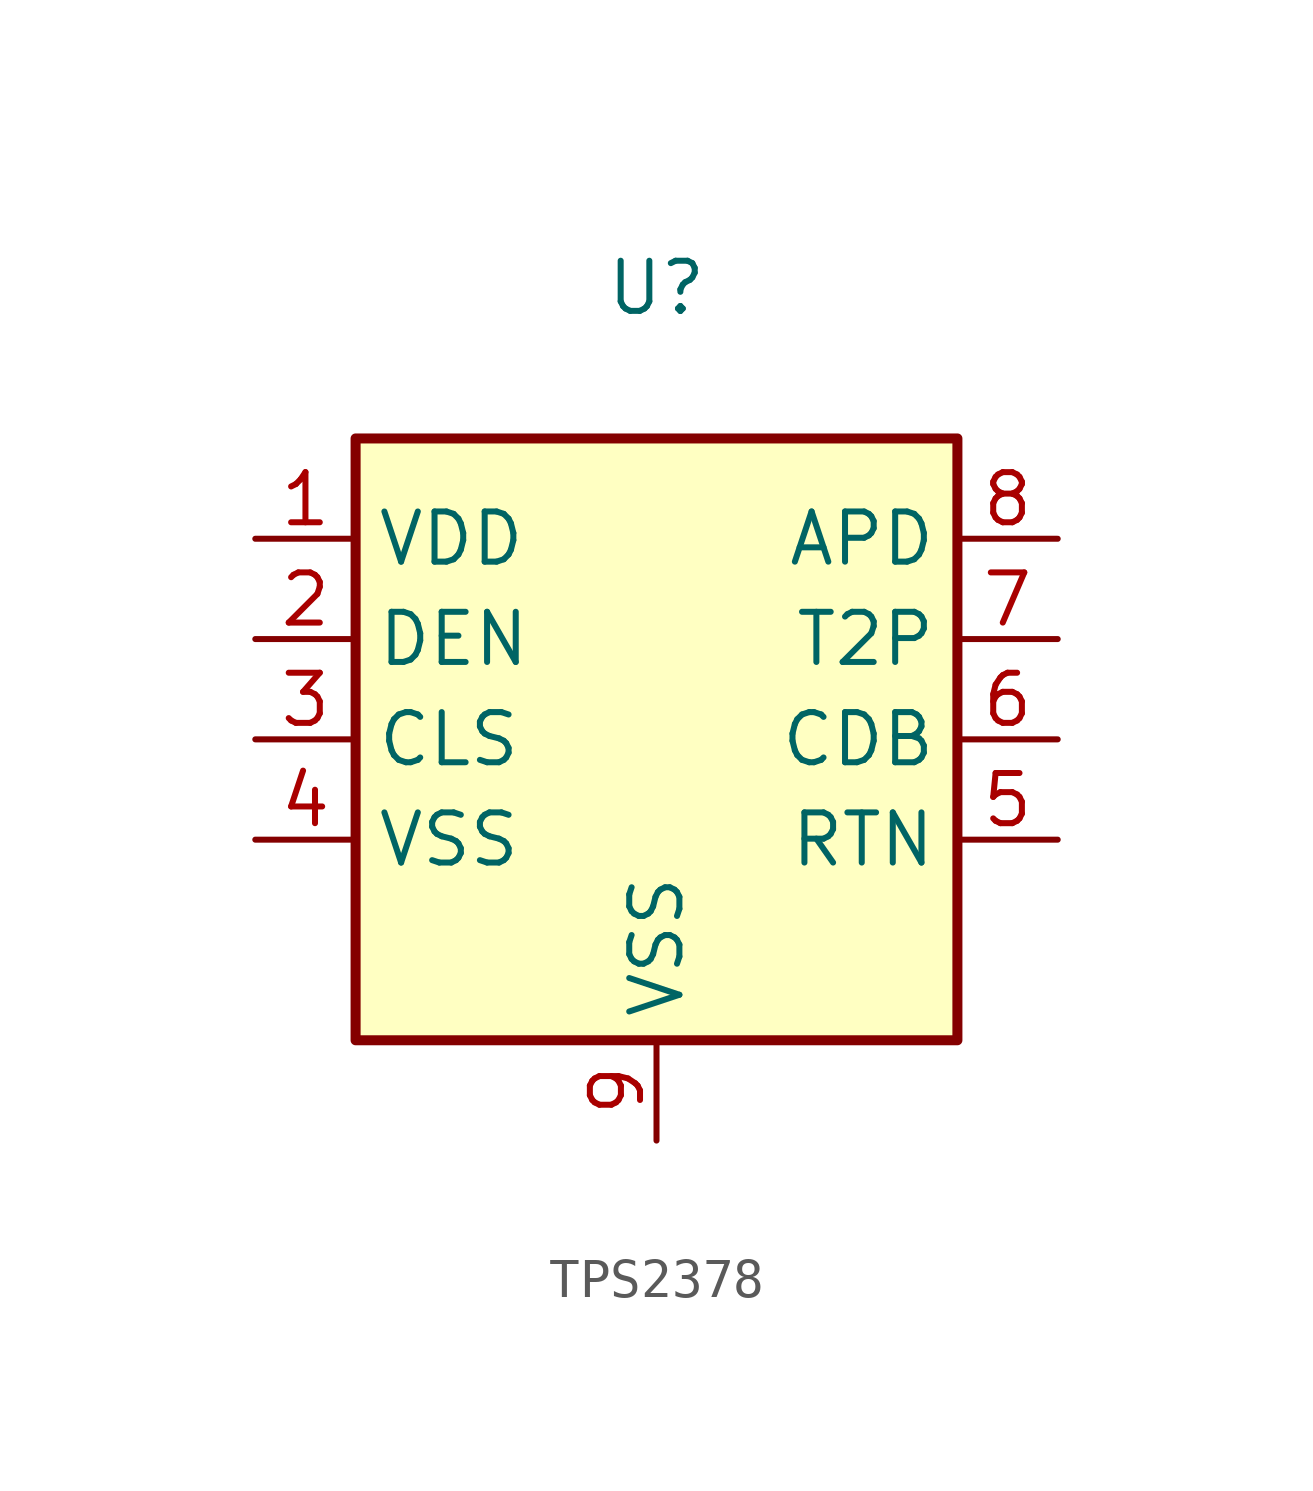
<source format=kicad_sym>
(kicad_symbol_lib
  (version 20220914)
  (generator kicad_symbol_editor)
  (symbol "TPS2378"
    (property "Reference" "U"
      (at 0 0 0)
      (effects (font (size 1.27 1.27))))
    (property "Value" ""
      (at 0 0 0)
      (effects (font (size 1.27 1.27))))
    (symbol "TPS2378_0_1"
      (rectangle (start -7.62 -3.81) (end 7.62 -19.05) (stroke (width 0.254) (type default)) (fill (type background))))
    (symbol "TPS2378_1_1"
      (pin input line (at -10.16 -6.35 0) (length 2.54) (name "VDD" (effects (font (size 1.27 1.27)))) (number "1" (effects (font (size 1.27 1.27)))))
      (pin bidirectional line (at -10.16 -8.89 0) (length 2.54) (name "DEN" (effects (font (size 1.27 1.27)))) (number "2" (effects (font (size 1.27 1.27)))))
      (pin output line (at -10.16 -11.43 0) (length 2.54) (name "CLS" (effects (font (size 1.27 1.27)))) (number "3" (effects (font (size 1.27 1.27)))))
      (pin passive line (at -10.16 -13.97 0) (length 2.54) (name "VSS" (effects (font (size 1.27 1.27)))) (number "4" (effects (font (size 1.27 1.27)))))
      (pin output line (at 10.16 -13.97 180) (length 2.54) (name "RTN" (effects (font (size 1.27 1.27)))) (number "5" (effects (font (size 1.27 1.27)))))
      (pin output line (at 10.16 -11.43 180) (length 2.54) (name "CDB" (effects (font (size 1.27 1.27)))) (number "6" (effects (font (size 1.27 1.27)))))
      (pin output line (at 10.16 -8.89 180) (length 2.54) (name "T2P" (effects (font (size 1.27 1.27)))) (number "7" (effects (font (size 1.27 1.27)))))
      (pin input line (at 10.16 -6.35 180) (length 2.54) (name "APD" (effects (font (size 1.27 1.27)))) (number "8" (effects (font (size 1.27 1.27)))))
      (pin passive line (at 0 -21.59 90) (length 2.54) (name "VSS" (effects (font (size 1.27 1.27)))) (number "9" (effects (font (size 1.27 1.27))))))))
</source>
